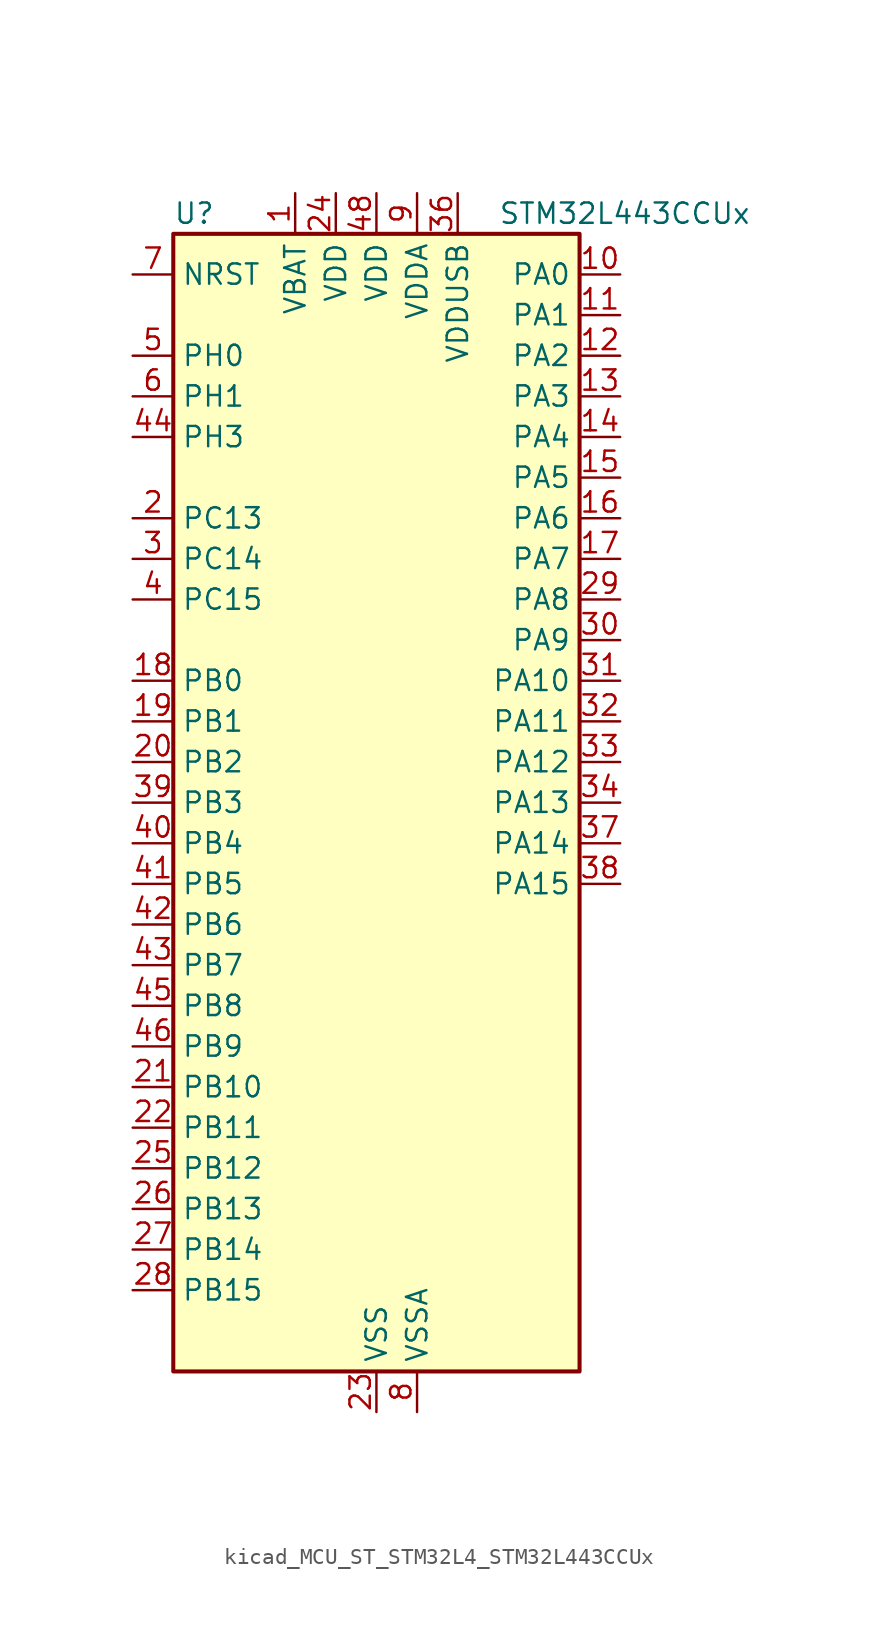
<source format=kicad_sym>
(kicad_symbol_lib
  (version 20220914)
  (generator kicad_symbol_editor)
  (symbol "kicad_MCU_ST_STM32L4_STM32L443CCUx"
    (property "Reference" "U"
      (at -12.7 36.83 0)
      (effects (font (size 1.27 1.27)) (justify left)))
    (property "Value" "STM32L443CCUx"
      (at 7.62 36.83 0)
      (effects (font (size 1.27 1.27)) (justify left)))
    (property "ki_locked" ""
      (at 0 0 0)
      (effects (font (size 1.27 1.27))))
    (symbol "kicad_MCU_ST_STM32L4_STM32L443CCUx_0_1"
      (rectangle (start -12.7 -35.56) (end 12.7 35.56) (stroke (width 0.254) (type default)) (fill (type background))))
    (symbol "kicad_MCU_ST_STM32L4_STM32L443CCUx_1_1"
      (pin power_in line (at -5.08 38.1 270) (length 2.54) (name "VBAT" (effects (font (size 1.27 1.27)))) (number "1" (effects (font (size 1.27 1.27)))))
      (pin bidirectional line (at 15.24 33.02 180) (length 2.54) (name "PA0" (effects (font (size 1.27 1.27)))) (number "10" (effects (font (size 1.27 1.27)))) (alternate "ADC1_IN5" bidirectional line) (alternate "COMP1_INM" bidirectional line) (alternate "COMP1_OUT" bidirectional line) (alternate "OPAMP1_VINP" bidirectional line) (alternate "RTC_TAMP2" bidirectional line) (alternate "SAI1_EXTCLK" bidirectional line) (alternate "SYS_WKUP1" bidirectional line) (alternate "TIM2_CH1" bidirectional line) (alternate "TIM2_ETR" bidirectional line) (alternate "USART2_CTS" bidirectional line))
      (pin bidirectional line (at 15.24 30.48 180) (length 2.54) (name "PA1" (effects (font (size 1.27 1.27)))) (number "11" (effects (font (size 1.27 1.27)))) (alternate "ADC1_IN6" bidirectional line) (alternate "COMP1_INP" bidirectional line) (alternate "I2C1_SMBA" bidirectional line) (alternate "LCD_SEG0" bidirectional line) (alternate "OPAMP1_VINM" bidirectional line) (alternate "SPI1_SCK" bidirectional line) (alternate "TIM15_CH1N" bidirectional line) (alternate "TIM2_CH2" bidirectional line) (alternate "USART2_DE" bidirectional line) (alternate "USART2_RTS" bidirectional line))
      (pin bidirectional line (at 15.24 27.94 180) (length 2.54) (name "PA2" (effects (font (size 1.27 1.27)))) (number "12" (effects (font (size 1.27 1.27)))) (alternate "ADC1_IN7" bidirectional line) (alternate "COMP2_INM" bidirectional line) (alternate "COMP2_OUT" bidirectional line) (alternate "LCD_SEG1" bidirectional line) (alternate "LPUART1_TX" bidirectional line) (alternate "QUADSPI_BK1_NCS" bidirectional line) (alternate "RCC_LSCO" bidirectional line) (alternate "SYS_WKUP4" bidirectional line) (alternate "TIM15_CH1" bidirectional line) (alternate "TIM2_CH3" bidirectional line) (alternate "USART2_TX" bidirectional line))
      (pin bidirectional line (at 15.24 25.4 180) (length 2.54) (name "PA3" (effects (font (size 1.27 1.27)))) (number "13" (effects (font (size 1.27 1.27)))) (alternate "ADC1_IN8" bidirectional line) (alternate "COMP2_INP" bidirectional line) (alternate "LCD_SEG2" bidirectional line) (alternate "LPUART1_RX" bidirectional line) (alternate "OPAMP1_VOUT" bidirectional line) (alternate "QUADSPI_CLK" bidirectional line) (alternate "SAI1_MCLK_A" bidirectional line) (alternate "TIM15_CH2" bidirectional line) (alternate "TIM2_CH4" bidirectional line) (alternate "USART2_RX" bidirectional line))
      (pin bidirectional line (at 15.24 22.86 180) (length 2.54) (name "PA4" (effects (font (size 1.27 1.27)))) (number "14" (effects (font (size 1.27 1.27)))) (alternate "ADC1_IN9" bidirectional line) (alternate "COMP1_INM" bidirectional line) (alternate "COMP2_INM" bidirectional line) (alternate "DAC1_OUT1" bidirectional line) (alternate "LPTIM2_OUT" bidirectional line) (alternate "SAI1_FS_B" bidirectional line) (alternate "SPI1_NSS" bidirectional line) (alternate "SPI3_NSS" bidirectional line) (alternate "USART2_CK" bidirectional line))
      (pin bidirectional line (at 15.24 20.32 180) (length 2.54) (name "PA5" (effects (font (size 1.27 1.27)))) (number "15" (effects (font (size 1.27 1.27)))) (alternate "ADC1_IN10" bidirectional line) (alternate "COMP1_INM" bidirectional line) (alternate "COMP2_INM" bidirectional line) (alternate "DAC1_OUT2" bidirectional line) (alternate "LPTIM2_ETR" bidirectional line) (alternate "SPI1_SCK" bidirectional line) (alternate "TIM2_CH1" bidirectional line) (alternate "TIM2_ETR" bidirectional line))
      (pin bidirectional line (at 15.24 17.78 180) (length 2.54) (name "PA6" (effects (font (size 1.27 1.27)))) (number "16" (effects (font (size 1.27 1.27)))) (alternate "ADC1_IN11" bidirectional line) (alternate "COMP1_OUT" bidirectional line) (alternate "LCD_SEG3" bidirectional line) (alternate "LPUART1_CTS" bidirectional line) (alternate "QUADSPI_BK1_IO3" bidirectional line) (alternate "SPI1_MISO" bidirectional line) (alternate "TIM16_CH1" bidirectional line) (alternate "TIM1_BKIN" bidirectional line) (alternate "TIM1_BKIN_COMP2" bidirectional line) (alternate "USART3_CTS" bidirectional line))
      (pin bidirectional line (at 15.24 15.24 180) (length 2.54) (name "PA7" (effects (font (size 1.27 1.27)))) (number "17" (effects (font (size 1.27 1.27)))) (alternate "ADC1_IN12" bidirectional line) (alternate "COMP2_OUT" bidirectional line) (alternate "I2C3_SCL" bidirectional line) (alternate "LCD_SEG4" bidirectional line) (alternate "QUADSPI_BK1_IO2" bidirectional line) (alternate "SPI1_MOSI" bidirectional line) (alternate "TIM1_CH1N" bidirectional line))
      (pin bidirectional line (at -15.24 7.62 0) (length 2.54) (name "PB0" (effects (font (size 1.27 1.27)))) (number "18" (effects (font (size 1.27 1.27)))) (alternate "ADC1_IN15" bidirectional line) (alternate "COMP1_OUT" bidirectional line) (alternate "LCD_SEG5" bidirectional line) (alternate "QUADSPI_BK1_IO1" bidirectional line) (alternate "SAI1_EXTCLK" bidirectional line) (alternate "SPI1_NSS" bidirectional line) (alternate "TIM1_CH2N" bidirectional line) (alternate "USART3_CK" bidirectional line))
      (pin bidirectional line (at -15.24 5.08 0) (length 2.54) (name "PB1" (effects (font (size 1.27 1.27)))) (number "19" (effects (font (size 1.27 1.27)))) (alternate "ADC1_IN16" bidirectional line) (alternate "COMP1_INM" bidirectional line) (alternate "LCD_SEG6" bidirectional line) (alternate "LPTIM2_IN1" bidirectional line) (alternate "LPUART1_DE" bidirectional line) (alternate "LPUART1_RTS" bidirectional line) (alternate "QUADSPI_BK1_IO0" bidirectional line) (alternate "TIM1_CH3N" bidirectional line) (alternate "USART3_DE" bidirectional line) (alternate "USART3_RTS" bidirectional line))
      (pin bidirectional line (at -15.24 17.78 0) (length 2.54) (name "PC13" (effects (font (size 1.27 1.27)))) (number "2" (effects (font (size 1.27 1.27)))) (alternate "RTC_OUT_ALARM" bidirectional line) (alternate "RTC_OUT_CALIB" bidirectional line) (alternate "RTC_TAMP1" bidirectional line) (alternate "RTC_TS" bidirectional line) (alternate "SYS_WKUP2" bidirectional line))
      (pin bidirectional line (at -15.24 2.54 0) (length 2.54) (name "PB2" (effects (font (size 1.27 1.27)))) (number "20" (effects (font (size 1.27 1.27)))) (alternate "COMP1_INP" bidirectional line) (alternate "I2C3_SMBA" bidirectional line) (alternate "LCD_VLCD" bidirectional line) (alternate "LPTIM1_OUT" bidirectional line) (alternate "RTC_OUT_ALARM" bidirectional line) (alternate "RTC_OUT_CALIB" bidirectional line))
      (pin bidirectional line (at -15.24 -17.78 0) (length 2.54) (name "PB10" (effects (font (size 1.27 1.27)))) (number "21" (effects (font (size 1.27 1.27)))) (alternate "COMP1_OUT" bidirectional line) (alternate "I2C2_SCL" bidirectional line) (alternate "LCD_SEG10" bidirectional line) (alternate "LPUART1_RX" bidirectional line) (alternate "QUADSPI_CLK" bidirectional line) (alternate "SAI1_SCK_A" bidirectional line) (alternate "SPI2_SCK" bidirectional line) (alternate "TIM2_CH3" bidirectional line) (alternate "TSC_SYNC" bidirectional line) (alternate "USART3_TX" bidirectional line))
      (pin bidirectional line (at -15.24 -20.32 0) (length 2.54) (name "PB11" (effects (font (size 1.27 1.27)))) (number "22" (effects (font (size 1.27 1.27)))) (alternate "ADC1_EXTI11" bidirectional line) (alternate "COMP2_OUT" bidirectional line) (alternate "I2C2_SDA" bidirectional line) (alternate "LCD_SEG11" bidirectional line) (alternate "LPUART1_TX" bidirectional line) (alternate "QUADSPI_BK1_NCS" bidirectional line) (alternate "TIM2_CH4" bidirectional line) (alternate "USART3_RX" bidirectional line))
      (pin power_in line (at 0 -38.1 90) (length 2.54) (name "VSS" (effects (font (size 1.27 1.27)))) (number "23" (effects (font (size 1.27 1.27)))))
      (pin power_in line (at -2.54 38.1 270) (length 2.54) (name "VDD" (effects (font (size 1.27 1.27)))) (number "24" (effects (font (size 1.27 1.27)))))
      (pin bidirectional line (at -15.24 -22.86 0) (length 2.54) (name "PB12" (effects (font (size 1.27 1.27)))) (number "25" (effects (font (size 1.27 1.27)))) (alternate "I2C2_SMBA" bidirectional line) (alternate "LCD_SEG12" bidirectional line) (alternate "LPUART1_DE" bidirectional line) (alternate "LPUART1_RTS" bidirectional line) (alternate "SAI1_FS_A" bidirectional line) (alternate "SPI2_NSS" bidirectional line) (alternate "SWPMI1_IO" bidirectional line) (alternate "TIM15_BKIN" bidirectional line) (alternate "TIM1_BKIN" bidirectional line) (alternate "TIM1_BKIN_COMP2" bidirectional line) (alternate "TSC_G1_IO1" bidirectional line) (alternate "USART3_CK" bidirectional line))
      (pin bidirectional line (at -15.24 -25.4 0) (length 2.54) (name "PB13" (effects (font (size 1.27 1.27)))) (number "26" (effects (font (size 1.27 1.27)))) (alternate "I2C2_SCL" bidirectional line) (alternate "LCD_SEG13" bidirectional line) (alternate "LPUART1_CTS" bidirectional line) (alternate "SAI1_SCK_A" bidirectional line) (alternate "SPI2_SCK" bidirectional line) (alternate "SWPMI1_TX" bidirectional line) (alternate "TIM15_CH1N" bidirectional line) (alternate "TIM1_CH1N" bidirectional line) (alternate "TSC_G1_IO2" bidirectional line) (alternate "USART3_CTS" bidirectional line))
      (pin bidirectional line (at -15.24 -27.94 0) (length 2.54) (name "PB14" (effects (font (size 1.27 1.27)))) (number "27" (effects (font (size 1.27 1.27)))) (alternate "I2C2_SDA" bidirectional line) (alternate "LCD_SEG14" bidirectional line) (alternate "SAI1_MCLK_A" bidirectional line) (alternate "SPI2_MISO" bidirectional line) (alternate "SWPMI1_RX" bidirectional line) (alternate "TIM15_CH1" bidirectional line) (alternate "TIM1_CH2N" bidirectional line) (alternate "TSC_G1_IO3" bidirectional line) (alternate "USART3_DE" bidirectional line) (alternate "USART3_RTS" bidirectional line))
      (pin bidirectional line (at -15.24 -30.48 0) (length 2.54) (name "PB15" (effects (font (size 1.27 1.27)))) (number "28" (effects (font (size 1.27 1.27)))) (alternate "ADC1_EXTI15" bidirectional line) (alternate "LCD_SEG15" bidirectional line) (alternate "RTC_REFIN" bidirectional line) (alternate "SAI1_SD_A" bidirectional line) (alternate "SPI2_MOSI" bidirectional line) (alternate "SWPMI1_SUSPEND" bidirectional line) (alternate "TIM15_CH2" bidirectional line) (alternate "TIM1_CH3N" bidirectional line) (alternate "TSC_G1_IO4" bidirectional line))
      (pin bidirectional line (at 15.24 12.7 180) (length 2.54) (name "PA8" (effects (font (size 1.27 1.27)))) (number "29" (effects (font (size 1.27 1.27)))) (alternate "LCD_COM0" bidirectional line) (alternate "LPTIM2_OUT" bidirectional line) (alternate "RCC_MCO" bidirectional line) (alternate "SAI1_SCK_A" bidirectional line) (alternate "SWPMI1_IO" bidirectional line) (alternate "TIM1_CH1" bidirectional line) (alternate "USART1_CK" bidirectional line))
      (pin bidirectional line (at -15.24 15.24 0) (length 2.54) (name "PC14" (effects (font (size 1.27 1.27)))) (number "3" (effects (font (size 1.27 1.27)))) (alternate "RCC_OSC32_IN" bidirectional line))
      (pin bidirectional line (at 15.24 10.16 180) (length 2.54) (name "PA9" (effects (font (size 1.27 1.27)))) (number "30" (effects (font (size 1.27 1.27)))) (alternate "DAC1_EXTI9" bidirectional line) (alternate "I2C1_SCL" bidirectional line) (alternate "LCD_COM1" bidirectional line) (alternate "SAI1_FS_A" bidirectional line) (alternate "TIM15_BKIN" bidirectional line) (alternate "TIM1_CH2" bidirectional line) (alternate "USART1_TX" bidirectional line))
      (pin bidirectional line (at 15.24 7.62 180) (length 2.54) (name "PA10" (effects (font (size 1.27 1.27)))) (number "31" (effects (font (size 1.27 1.27)))) (alternate "CRS_SYNC" bidirectional line) (alternate "I2C1_SDA" bidirectional line) (alternate "LCD_COM2" bidirectional line) (alternate "SAI1_SD_A" bidirectional line) (alternate "TIM1_CH3" bidirectional line) (alternate "USART1_RX" bidirectional line))
      (pin bidirectional line (at 15.24 5.08 180) (length 2.54) (name "PA11" (effects (font (size 1.27 1.27)))) (number "32" (effects (font (size 1.27 1.27)))) (alternate "ADC1_EXTI11" bidirectional line) (alternate "CAN1_RX" bidirectional line) (alternate "COMP1_OUT" bidirectional line) (alternate "SPI1_MISO" bidirectional line) (alternate "TIM1_BKIN2" bidirectional line) (alternate "TIM1_BKIN2_COMP1" bidirectional line) (alternate "TIM1_CH4" bidirectional line) (alternate "USART1_CTS" bidirectional line) (alternate "USB_DM" bidirectional line))
      (pin bidirectional line (at 15.24 2.54 180) (length 2.54) (name "PA12" (effects (font (size 1.27 1.27)))) (number "33" (effects (font (size 1.27 1.27)))) (alternate "CAN1_TX" bidirectional line) (alternate "SPI1_MOSI" bidirectional line) (alternate "TIM1_ETR" bidirectional line) (alternate "USART1_DE" bidirectional line) (alternate "USART1_RTS" bidirectional line) (alternate "USB_DP" bidirectional line))
      (pin bidirectional line (at 15.24 0 180) (length 2.54) (name "PA13" (effects (font (size 1.27 1.27)))) (number "34" (effects (font (size 1.27 1.27)))) (alternate "IR_OUT" bidirectional line) (alternate "SAI1_SD_B" bidirectional line) (alternate "SWPMI1_TX" bidirectional line) (alternate "SYS_JTMS-SWDIO" bidirectional line) (alternate "USB_NOE" bidirectional line))
      (pin passive line (at 0 -38.1 90) (length 2.54) hide (name "VSS" (effects (font (size 1.27 1.27)))) (number "35" (effects (font (size 1.27 1.27)))))
      (pin power_in line (at 5.08 38.1 270) (length 2.54) (name "VDDUSB" (effects (font (size 1.27 1.27)))) (number "36" (effects (font (size 1.27 1.27)))))
      (pin bidirectional line (at 15.24 -2.54 180) (length 2.54) (name "PA14" (effects (font (size 1.27 1.27)))) (number "37" (effects (font (size 1.27 1.27)))) (alternate "I2C1_SMBA" bidirectional line) (alternate "LPTIM1_OUT" bidirectional line) (alternate "SAI1_FS_B" bidirectional line) (alternate "SWPMI1_RX" bidirectional line) (alternate "SYS_JTCK-SWCLK" bidirectional line))
      (pin bidirectional line (at 15.24 -5.08 180) (length 2.54) (name "PA15" (effects (font (size 1.27 1.27)))) (number "38" (effects (font (size 1.27 1.27)))) (alternate "ADC1_EXTI15" bidirectional line) (alternate "LCD_SEG17" bidirectional line) (alternate "SPI1_NSS" bidirectional line) (alternate "SPI3_NSS" bidirectional line) (alternate "SWPMI1_SUSPEND" bidirectional line) (alternate "SYS_JTDI" bidirectional line) (alternate "TIM2_CH1" bidirectional line) (alternate "TIM2_ETR" bidirectional line) (alternate "USART2_RX" bidirectional line) (alternate "USART3_DE" bidirectional line) (alternate "USART3_RTS" bidirectional line))
      (pin bidirectional line (at -15.24 0 0) (length 2.54) (name "PB3" (effects (font (size 1.27 1.27)))) (number "39" (effects (font (size 1.27 1.27)))) (alternate "COMP2_INM" bidirectional line) (alternate "LCD_SEG7" bidirectional line) (alternate "SAI1_SCK_B" bidirectional line) (alternate "SPI1_SCK" bidirectional line) (alternate "SPI3_SCK" bidirectional line) (alternate "SYS_JTDO-SWO" bidirectional line) (alternate "TIM2_CH2" bidirectional line) (alternate "USART1_DE" bidirectional line) (alternate "USART1_RTS" bidirectional line))
      (pin bidirectional line (at -15.24 12.7 0) (length 2.54) (name "PC15" (effects (font (size 1.27 1.27)))) (number "4" (effects (font (size 1.27 1.27)))) (alternate "ADC1_EXTI15" bidirectional line) (alternate "RCC_OSC32_OUT" bidirectional line))
      (pin bidirectional line (at -15.24 -2.54 0) (length 2.54) (name "PB4" (effects (font (size 1.27 1.27)))) (number "40" (effects (font (size 1.27 1.27)))) (alternate "COMP2_INP" bidirectional line) (alternate "I2C3_SDA" bidirectional line) (alternate "LCD_SEG8" bidirectional line) (alternate "SAI1_MCLK_B" bidirectional line) (alternate "SPI1_MISO" bidirectional line) (alternate "SPI3_MISO" bidirectional line) (alternate "SYS_JTRST" bidirectional line) (alternate "TSC_G2_IO1" bidirectional line) (alternate "USART1_CTS" bidirectional line))
      (pin bidirectional line (at -15.24 -5.08 0) (length 2.54) (name "PB5" (effects (font (size 1.27 1.27)))) (number "41" (effects (font (size 1.27 1.27)))) (alternate "COMP2_OUT" bidirectional line) (alternate "I2C1_SMBA" bidirectional line) (alternate "LCD_SEG9" bidirectional line) (alternate "LPTIM1_IN1" bidirectional line) (alternate "SAI1_SD_B" bidirectional line) (alternate "SPI1_MOSI" bidirectional line) (alternate "SPI3_MOSI" bidirectional line) (alternate "TIM16_BKIN" bidirectional line) (alternate "TSC_G2_IO2" bidirectional line) (alternate "USART1_CK" bidirectional line))
      (pin bidirectional line (at -15.24 -7.62 0) (length 2.54) (name "PB6" (effects (font (size 1.27 1.27)))) (number "42" (effects (font (size 1.27 1.27)))) (alternate "COMP2_INP" bidirectional line) (alternate "I2C1_SCL" bidirectional line) (alternate "LPTIM1_ETR" bidirectional line) (alternate "SAI1_FS_B" bidirectional line) (alternate "TIM16_CH1N" bidirectional line) (alternate "TSC_G2_IO3" bidirectional line) (alternate "USART1_TX" bidirectional line))
      (pin bidirectional line (at -15.24 -10.16 0) (length 2.54) (name "PB7" (effects (font (size 1.27 1.27)))) (number "43" (effects (font (size 1.27 1.27)))) (alternate "COMP2_INM" bidirectional line) (alternate "I2C1_SDA" bidirectional line) (alternate "LCD_SEG21" bidirectional line) (alternate "LPTIM1_IN2" bidirectional line) (alternate "SYS_PVD_IN" bidirectional line) (alternate "TSC_G2_IO4" bidirectional line) (alternate "USART1_RX" bidirectional line))
      (pin bidirectional line (at -15.24 22.86 0) (length 2.54) (name "PH3" (effects (font (size 1.27 1.27)))) (number "44" (effects (font (size 1.27 1.27)))))
      (pin bidirectional line (at -15.24 -12.7 0) (length 2.54) (name "PB8" (effects (font (size 1.27 1.27)))) (number "45" (effects (font (size 1.27 1.27)))) (alternate "CAN1_RX" bidirectional line) (alternate "I2C1_SCL" bidirectional line) (alternate "LCD_SEG16" bidirectional line) (alternate "SAI1_MCLK_A" bidirectional line) (alternate "TIM16_CH1" bidirectional line))
      (pin bidirectional line (at -15.24 -15.24 0) (length 2.54) (name "PB9" (effects (font (size 1.27 1.27)))) (number "46" (effects (font (size 1.27 1.27)))) (alternate "CAN1_TX" bidirectional line) (alternate "DAC1_EXTI9" bidirectional line) (alternate "I2C1_SDA" bidirectional line) (alternate "IR_OUT" bidirectional line) (alternate "LCD_COM3" bidirectional line) (alternate "SAI1_FS_A" bidirectional line) (alternate "SPI2_NSS" bidirectional line))
      (pin passive line (at 0 -38.1 90) (length 2.54) hide (name "VSS" (effects (font (size 1.27 1.27)))) (number "47" (effects (font (size 1.27 1.27)))))
      (pin power_in line (at 0 38.1 270) (length 2.54) (name "VDD" (effects (font (size 1.27 1.27)))) (number "48" (effects (font (size 1.27 1.27)))))
      (pin passive line (at 0 -38.1 90) (length 2.54) hide (name "VSS" (effects (font (size 1.27 1.27)))) (number "49" (effects (font (size 1.27 1.27)))))
      (pin bidirectional line (at -15.24 27.94 0) (length 2.54) (name "PH0" (effects (font (size 1.27 1.27)))) (number "5" (effects (font (size 1.27 1.27)))) (alternate "RCC_OSC_IN" bidirectional line))
      (pin bidirectional line (at -15.24 25.4 0) (length 2.54) (name "PH1" (effects (font (size 1.27 1.27)))) (number "6" (effects (font (size 1.27 1.27)))) (alternate "RCC_OSC_OUT" bidirectional line))
      (pin input line (at -15.24 33.02 0) (length 2.54) (name "NRST" (effects (font (size 1.27 1.27)))) (number "7" (effects (font (size 1.27 1.27)))))
      (pin power_in line (at 2.54 -38.1 90) (length 2.54) (name "VSSA" (effects (font (size 1.27 1.27)))) (number "8" (effects (font (size 1.27 1.27)))))
      (pin power_in line (at 2.54 38.1 270) (length 2.54) (name "VDDA" (effects (font (size 1.27 1.27)))) (number "9" (effects (font (size 1.27 1.27))))))))
</source>
